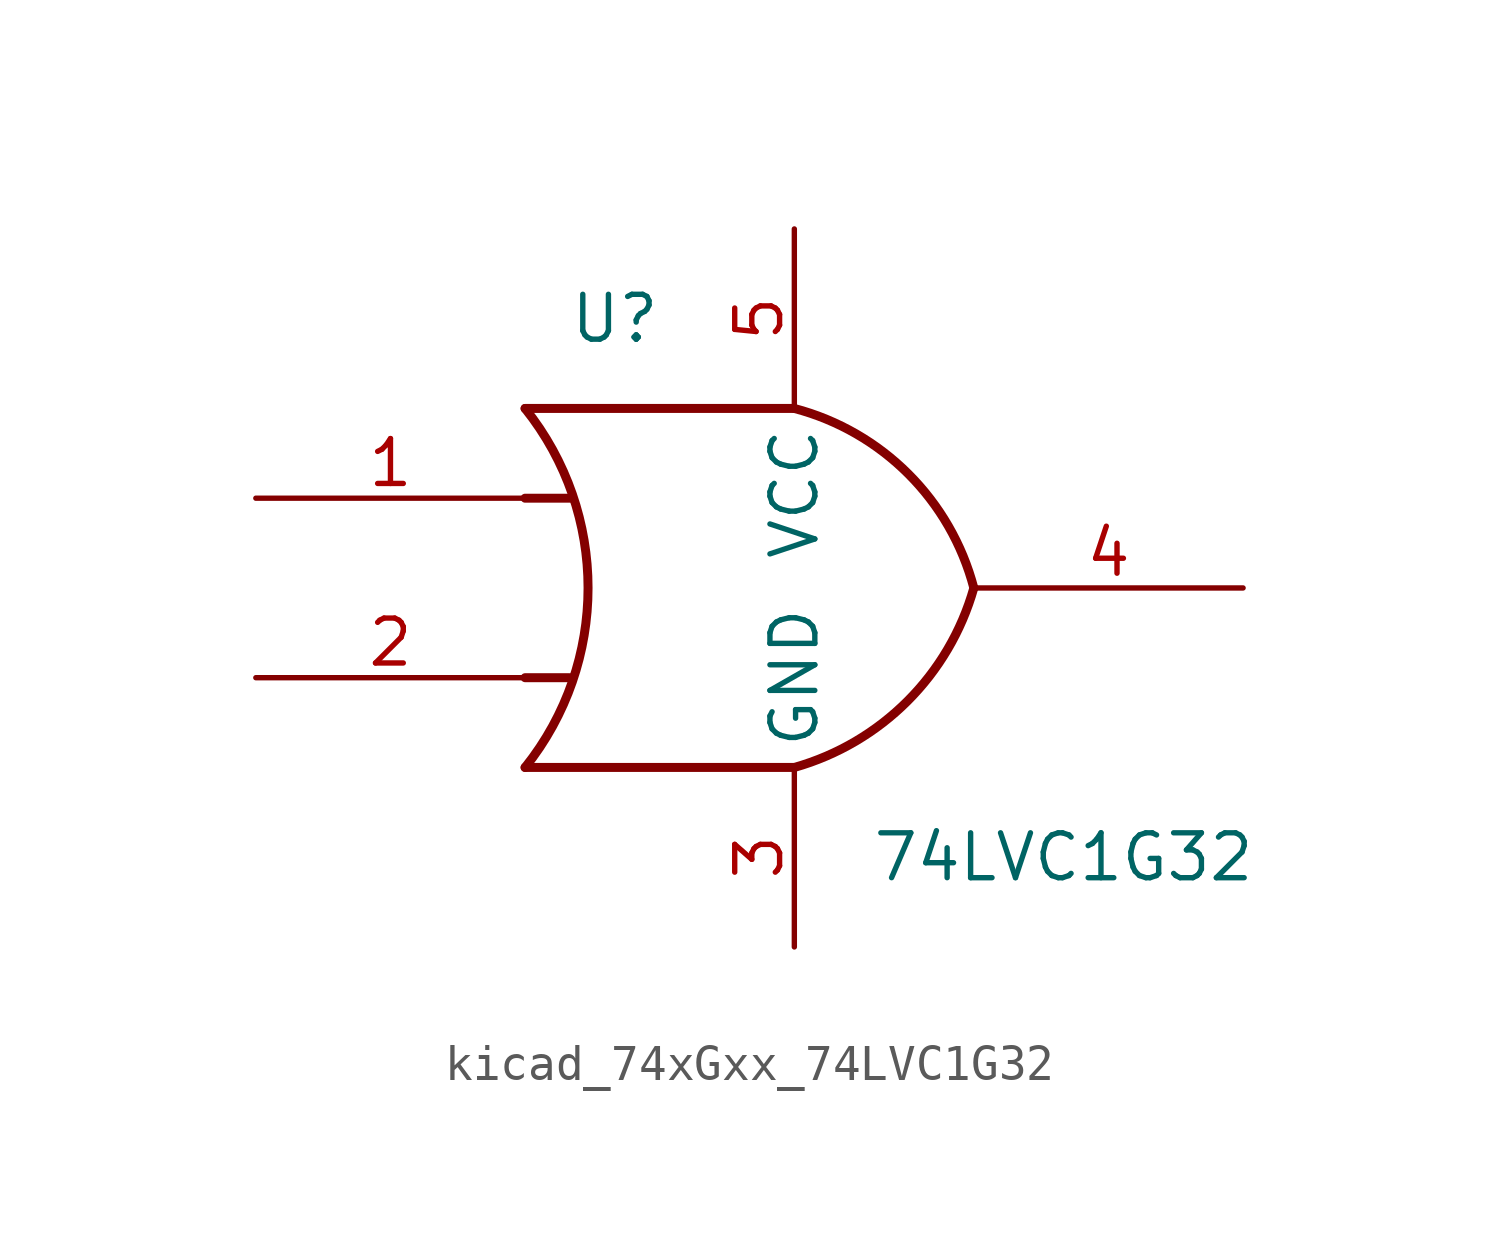
<source format=kicad_sym>
(kicad_symbol_lib
  (version 20220914)
  (generator kicad_symbol_editor)
  (symbol "kicad_74xGxx_74LVC1G32"
    (property "Reference" "U"
      (at -5.08 7.62 0)
      (effects (font (size 1.27 1.27))))
    (property "Value" "74LVC1G32"
      (at 7.62 -7.62 0)
      (effects (font (size 1.27 1.27))))
    (symbol "kicad_74xGxx_74LVC1G32_0_1"
      (arc (start -7.62 -5.08) (mid -5.838 0) (end -7.62 5.08) (stroke (width 0.254) (type default)) (fill (type none)))
      (arc (start 0 -5.08) (mid 3.1986 -3.2054) (end 5.08 0) (stroke (width 0.254) (type default)) (fill (type none)))
      (polyline (pts (xy -7.62 -2.54) (xy -6.35 -2.54)) (stroke (width 0.254) (type default)) (fill (type background)))
      (polyline (pts (xy -7.62 2.54) (xy -6.35 2.54)) (stroke (width 0.254) (type default)) (fill (type background)))
      (polyline (pts (xy 0 -5.08) (xy -7.62 -5.08)) (stroke (width 0.254) (type default)) (fill (type background)))
      (polyline (pts (xy 0 5.08) (xy -7.62 5.08)) (stroke (width 0.254) (type default)) (fill (type background)))
      (arc (start 5.08 0) (mid 3.2238 3.2304) (end 0 5.08) (stroke (width 0.254) (type default)) (fill (type none))))
    (symbol "kicad_74xGxx_74LVC1G32_1_1"
      (pin input line (at -15.24 2.54 0) (length 7.62) (name "~" (effects (font (size 1.27 1.27)))) (number "1" (effects (font (size 1.27 1.27)))))
      (pin input line (at -15.24 -2.54 0) (length 7.62) (name "~" (effects (font (size 1.27 1.27)))) (number "2" (effects (font (size 1.27 1.27)))))
      (pin power_in line (at 0 -10.16 90) (length 5.08) (name "GND" (effects (font (size 1.27 1.27)))) (number "3" (effects (font (size 1.27 1.27)))))
      (pin output line (at 12.7 0 180) (length 7.62) (name "~" (effects (font (size 1.27 1.27)))) (number "4" (effects (font (size 1.27 1.27)))))
      (pin power_in line (at 0 10.16 270) (length 5.08) (name "VCC" (effects (font (size 1.27 1.27)))) (number "5" (effects (font (size 1.27 1.27))))))))
</source>
